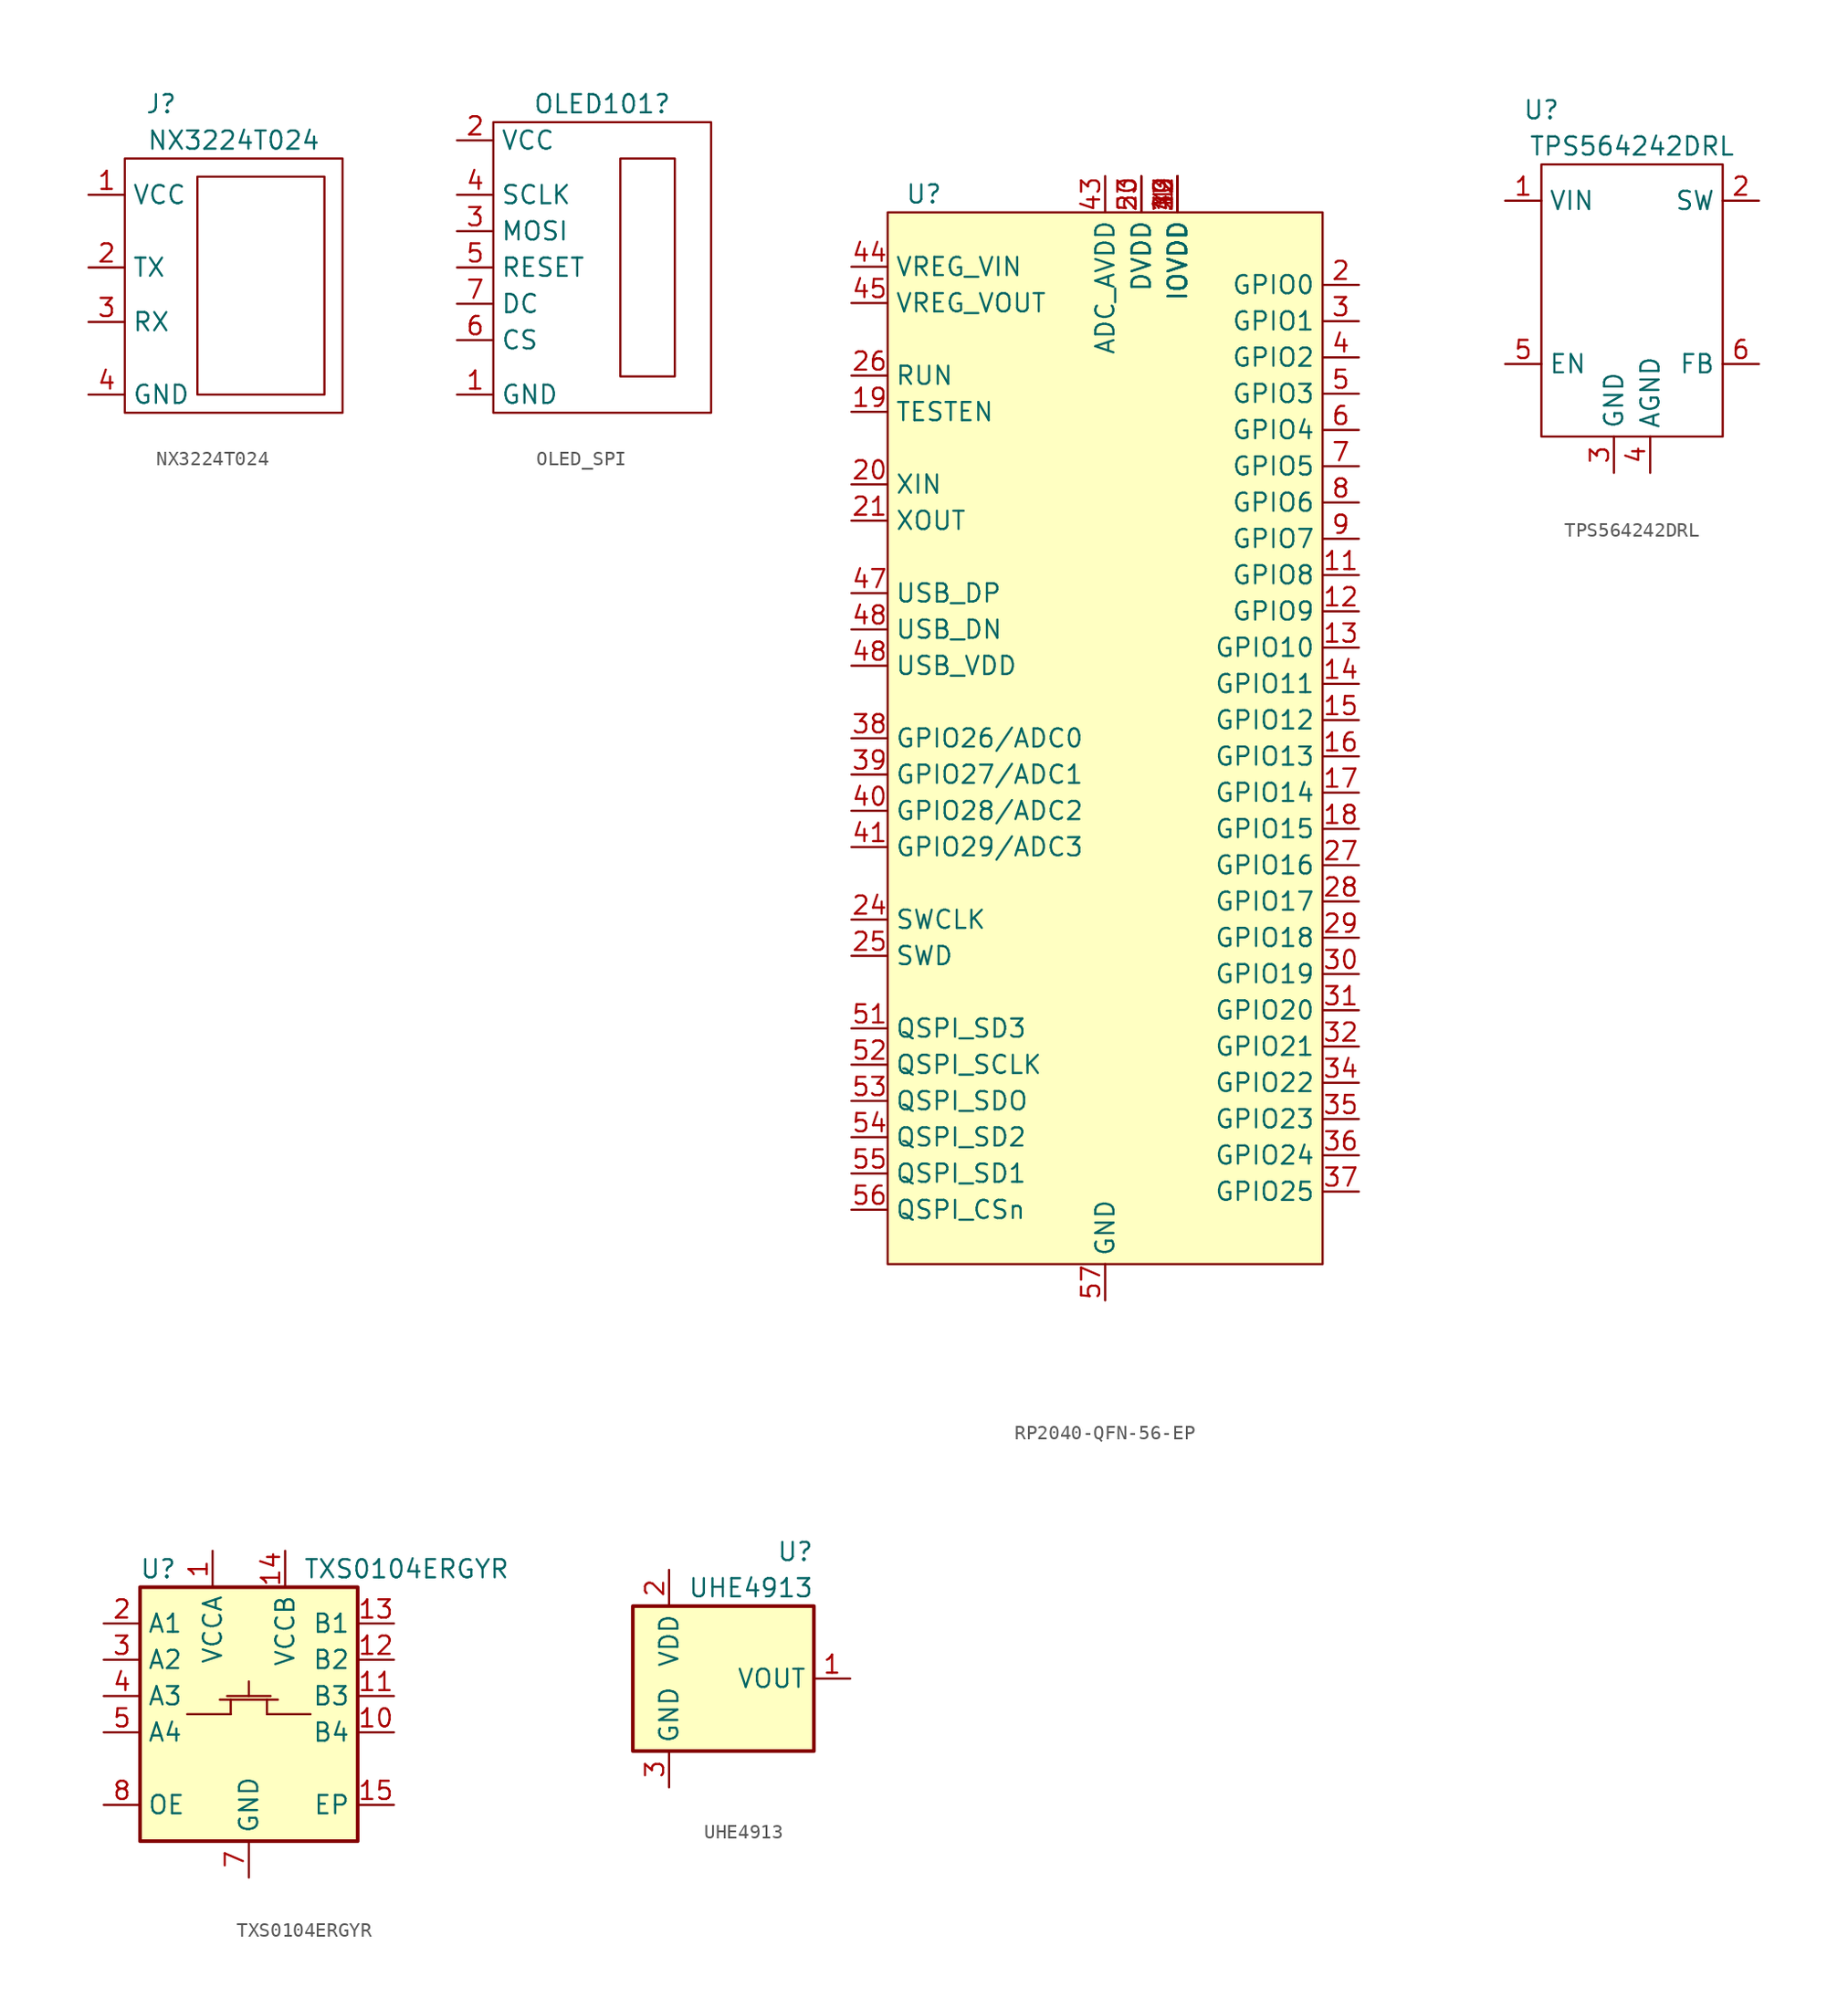
<source format=kicad_sym>
(kicad_symbol_lib
  (version 20220914)
  (generator kicad_symbol_editor)
  (symbol "NX3224T024"
    (property "Reference" "J"
      (at -5.08 12.7 0)
      (effects (font (size 1.27 1.27))))
    (property "Value" "NX3224T024"
      (at 0 10.16 0)
      (effects (font (size 1.27 1.27))))
    (symbol "NX3224T024_0_1"
      (rectangle (start -7.62 8.89) (end 7.62 -8.89) (stroke (width 0) (type default)) (fill (type none)))
      (rectangle (start -2.54 7.62) (end 6.35 -7.62) (stroke (width 0) (type default)) (fill (type none))))
    (symbol "NX3224T024_1_1"
      (pin power_in line (at -10.16 6.35 0) (length 2.54) (name "VCC" (effects (font (size 1.27 1.27)))) (number "1" (effects (font (size 1.27 1.27)))))
      (pin output line (at -10.16 1.27 0) (length 2.54) (name "TX" (effects (font (size 1.27 1.27)))) (number "2" (effects (font (size 1.27 1.27)))))
      (pin input line (at -10.16 -2.54 0) (length 2.54) (name "RX" (effects (font (size 1.27 1.27)))) (number "3" (effects (font (size 1.27 1.27)))))
      (pin power_in line (at -10.16 -7.62 0) (length 2.54) (name "GND" (effects (font (size 1.27 1.27)))) (number "4" (effects (font (size 1.27 1.27)))))))
  (symbol "OLED_SPI"
    (property "Reference" "OLED101"
      (at 0 11.43 0)
      (effects (font (size 1.27 1.27))))
    (symbol "OLED_SPI_0_1"
      (rectangle (start -7.62 10.16) (end 7.62 -10.16) (stroke (width 0) (type default)) (fill (type none)))
      (rectangle (start 1.27 7.62) (end 5.08 -7.62) (stroke (width 0) (type default)) (fill (type none))))
    (symbol "OLED_SPI_1_0"
      (pin input line (at -10.16 -5.08 0) (length 2.54) (name "CS" (effects (font (size 1.27 1.27)))) (number "6" (effects (font (size 1.27 1.27)))))
      (pin input line (at -10.16 -2.54 0) (length 2.54) (name "DC" (effects (font (size 1.27 1.27)))) (number "7" (effects (font (size 1.27 1.27))))))
    (symbol "OLED_SPI_1_1"
      (pin power_in line (at -10.16 -8.89 0) (length 2.54) (name "GND" (effects (font (size 1.27 1.27)))) (number "1" (effects (font (size 1.27 1.27)))))
      (pin power_in line (at -10.16 8.89 0) (length 2.54) (name "VCC" (effects (font (size 1.27 1.27)))) (number "2" (effects (font (size 1.27 1.27)))))
      (pin input line (at -10.16 2.54 0) (length 2.54) (name "MOSI" (effects (font (size 1.27 1.27)))) (number "3" (effects (font (size 1.27 1.27)))))
      (pin input line (at -10.16 5.08 0) (length 2.54) (name "SCLK" (effects (font (size 1.27 1.27)))) (number "4" (effects (font (size 1.27 1.27)))))
      (pin input line (at -10.16 0 0) (length 2.54) (name "RESET" (effects (font (size 1.27 1.27)))) (number "5" (effects (font (size 1.27 1.27)))))))
  (symbol "RP2040-QFN-56-EP"
    (property "Reference" "U"
      (at -12.7 38.1 0)
      (effects (font (size 1.27 1.27))))
    (property "Value" ""
      (at -3.81 13.97 0)
      (effects (font (size 1.27 1.27))))
    (symbol "RP2040-QFN-56-EP_1_0"
      (pin power_in line (at 5.08 39.37 270) (length 2.54) (name "IOVDD" (effects (font (size 1.27 1.27)))) (number "22" (effects (font (size 1.27 1.27)))))
      (pin power_in line (at 2.54 39.37 270) (length 2.54) (name "DVDD" (effects (font (size 1.27 1.27)))) (number "23" (effects (font (size 1.27 1.27)))))
      (pin power_in line (at 5.08 39.37 270) (length 2.54) (name "IOVDD" (effects (font (size 1.27 1.27)))) (number "33" (effects (font (size 1.27 1.27)))))
      (pin power_in line (at 5.08 39.37 270) (length 2.54) (name "IOVDD" (effects (font (size 1.27 1.27)))) (number "42" (effects (font (size 1.27 1.27)))))
      (pin power_in line (at 0 39.37 270) (length 2.54) (name "ADC_AVDD" (effects (font (size 1.27 1.27)))) (number "43" (effects (font (size 1.27 1.27)))))
      (pin power_in line (at -17.78 33.02 0) (length 2.54) (name "VREG_VIN" (effects (font (size 1.27 1.27)))) (number "44" (effects (font (size 1.27 1.27)))))
      (pin power_out line (at -17.78 30.48 0) (length 2.54) (name "VREG_VOUT" (effects (font (size 1.27 1.27)))) (number "45" (effects (font (size 1.27 1.27)))))
      (pin power_in line (at -17.78 5.08 0) (length 2.54) (name "USB_VDD" (effects (font (size 1.27 1.27)))) (number "48" (effects (font (size 1.27 1.27)))))
      (pin power_in line (at 5.08 39.37 270) (length 2.54) (name "IOVDD" (effects (font (size 1.27 1.27)))) (number "49" (effects (font (size 1.27 1.27)))))
      (pin power_in line (at 2.54 39.37 270) (length 2.54) (name "DVDD" (effects (font (size 1.27 1.27)))) (number "50" (effects (font (size 1.27 1.27)))))
      (pin power_in line (at 0 -39.37 90) (length 2.54) (name "GND" (effects (font (size 1.27 1.27)))) (number "57" (effects (font (size 1.27 1.27))))))
    (symbol "RP2040-QFN-56-EP_1_1"
      (rectangle (start -15.24 36.83) (end 15.24 -36.83) (stroke (width 0) (type default)) (fill (type background)))
      (pin power_in line (at 5.08 39.37 270) (length 2.54) (name "IOVDD" (effects (font (size 1.27 1.27)))) (number "1" (effects (font (size 1.27 1.27)))))
      (pin power_in line (at 5.08 39.37 270) (length 2.54) (name "IOVDD" (effects (font (size 1.27 1.27)))) (number "10" (effects (font (size 1.27 1.27)))))
      (pin bidirectional line (at 17.78 11.43 180) (length 2.54) (name "GPIO8" (effects (font (size 1.27 1.27)))) (number "11" (effects (font (size 1.27 1.27)))))
      (pin bidirectional line (at 17.78 8.89 180) (length 2.54) (name "GPIO9" (effects (font (size 1.27 1.27)))) (number "12" (effects (font (size 1.27 1.27)))))
      (pin bidirectional line (at 17.78 6.35 180) (length 2.54) (name "GPIO10" (effects (font (size 1.27 1.27)))) (number "13" (effects (font (size 1.27 1.27)))))
      (pin bidirectional line (at 17.78 3.81 180) (length 2.54) (name "GPIO11" (effects (font (size 1.27 1.27)))) (number "14" (effects (font (size 1.27 1.27)))))
      (pin bidirectional line (at 17.78 1.27 180) (length 2.54) (name "GPIO12" (effects (font (size 1.27 1.27)))) (number "15" (effects (font (size 1.27 1.27)))))
      (pin bidirectional line (at 17.78 -1.27 180) (length 2.54) (name "GPIO13" (effects (font (size 1.27 1.27)))) (number "16" (effects (font (size 1.27 1.27)))))
      (pin bidirectional line (at 17.78 -3.81 180) (length 2.54) (name "GPIO14" (effects (font (size 1.27 1.27)))) (number "17" (effects (font (size 1.27 1.27)))))
      (pin bidirectional line (at 17.78 -6.35 180) (length 2.54) (name "GPIO15" (effects (font (size 1.27 1.27)))) (number "18" (effects (font (size 1.27 1.27)))))
      (pin input line (at -17.78 22.86 0) (length 2.54) (name "TESTEN" (effects (font (size 1.27 1.27)))) (number "19" (effects (font (size 1.27 1.27)))))
      (pin bidirectional line (at 17.78 31.75 180) (length 2.54) (name "GPIO0" (effects (font (size 1.27 1.27)))) (number "2" (effects (font (size 1.27 1.27)))))
      (pin passive line (at -17.78 17.78 0) (length 2.54) (name "XIN" (effects (font (size 1.27 1.27)))) (number "20" (effects (font (size 1.27 1.27)))))
      (pin passive line (at -17.78 15.24 0) (length 2.54) (name "XOUT" (effects (font (size 1.27 1.27)))) (number "21" (effects (font (size 1.27 1.27)))))
      (pin input line (at -17.78 -12.7 0) (length 2.54) (name "SWCLK" (effects (font (size 1.27 1.27)))) (number "24" (effects (font (size 1.27 1.27)))))
      (pin bidirectional line (at -17.78 -15.24 0) (length 2.54) (name "SWD" (effects (font (size 1.27 1.27)))) (number "25" (effects (font (size 1.27 1.27)))))
      (pin input line (at -17.78 25.4 0) (length 2.54) (name "RUN" (effects (font (size 1.27 1.27)))) (number "26" (effects (font (size 1.27 1.27)))))
      (pin bidirectional line (at 17.78 -8.89 180) (length 2.54) (name "GPIO16" (effects (font (size 1.27 1.27)))) (number "27" (effects (font (size 1.27 1.27)))))
      (pin bidirectional line (at 17.78 -11.43 180) (length 2.54) (name "GPIO17" (effects (font (size 1.27 1.27)))) (number "28" (effects (font (size 1.27 1.27)))))
      (pin bidirectional line (at 17.78 -13.97 180) (length 2.54) (name "GPIO18" (effects (font (size 1.27 1.27)))) (number "29" (effects (font (size 1.27 1.27)))))
      (pin bidirectional line (at 17.78 29.21 180) (length 2.54) (name "GPIO1" (effects (font (size 1.27 1.27)))) (number "3" (effects (font (size 1.27 1.27)))))
      (pin bidirectional line (at 17.78 -16.51 180) (length 2.54) (name "GPIO19" (effects (font (size 1.27 1.27)))) (number "30" (effects (font (size 1.27 1.27)))))
      (pin bidirectional line (at 17.78 -19.05 180) (length 2.54) (name "GPIO20" (effects (font (size 1.27 1.27)))) (number "31" (effects (font (size 1.27 1.27)))))
      (pin bidirectional line (at 17.78 -21.59 180) (length 2.54) (name "GPIO21" (effects (font (size 1.27 1.27)))) (number "32" (effects (font (size 1.27 1.27)))))
      (pin bidirectional line (at 17.78 -24.13 180) (length 2.54) (name "GPIO22" (effects (font (size 1.27 1.27)))) (number "34" (effects (font (size 1.27 1.27)))))
      (pin bidirectional line (at 17.78 -26.67 180) (length 2.54) (name "GPIO23" (effects (font (size 1.27 1.27)))) (number "35" (effects (font (size 1.27 1.27)))))
      (pin bidirectional line (at 17.78 -29.21 180) (length 2.54) (name "GPIO24" (effects (font (size 1.27 1.27)))) (number "36" (effects (font (size 1.27 1.27)))))
      (pin bidirectional line (at 17.78 -31.75 180) (length 2.54) (name "GPIO25" (effects (font (size 1.27 1.27)))) (number "37" (effects (font (size 1.27 1.27)))))
      (pin bidirectional line (at -17.78 0 0) (length 2.54) (name "GPIO26/ADC0" (effects (font (size 1.27 1.27)))) (number "38" (effects (font (size 1.27 1.27)))))
      (pin bidirectional line (at -17.78 -2.54 0) (length 2.54) (name "GPIO27/ADC1" (effects (font (size 1.27 1.27)))) (number "39" (effects (font (size 1.27 1.27)))))
      (pin bidirectional line (at 17.78 26.67 180) (length 2.54) (name "GPIO2" (effects (font (size 1.27 1.27)))) (number "4" (effects (font (size 1.27 1.27)))))
      (pin bidirectional line (at -17.78 -5.08 0) (length 2.54) (name "GPIO28/ADC2" (effects (font (size 1.27 1.27)))) (number "40" (effects (font (size 1.27 1.27)))))
      (pin bidirectional line (at -17.78 -7.62 0) (length 2.54) (name "GPIO29/ADC3" (effects (font (size 1.27 1.27)))) (number "41" (effects (font (size 1.27 1.27)))))
      (pin bidirectional line (at -17.78 10.16 0) (length 2.54) (name "USB_DP" (effects (font (size 1.27 1.27)))) (number "47" (effects (font (size 1.27 1.27)))))
      (pin bidirectional line (at -17.78 7.62 0) (length 2.54) (name "USB_DN" (effects (font (size 1.27 1.27)))) (number "48" (effects (font (size 1.27 1.27)))))
      (pin bidirectional line (at 17.78 24.13 180) (length 2.54) (name "GPIO3" (effects (font (size 1.27 1.27)))) (number "5" (effects (font (size 1.27 1.27)))))
      (pin bidirectional line (at -17.78 -20.32 0) (length 2.54) (name "QSPI_SD3" (effects (font (size 1.27 1.27)))) (number "51" (effects (font (size 1.27 1.27)))))
      (pin bidirectional line (at -17.78 -22.86 0) (length 2.54) (name "QSPI_SCLK" (effects (font (size 1.27 1.27)))) (number "52" (effects (font (size 1.27 1.27)))))
      (pin bidirectional line (at -17.78 -25.4 0) (length 2.54) (name "QSPI_SDO" (effects (font (size 1.27 1.27)))) (number "53" (effects (font (size 1.27 1.27)))))
      (pin bidirectional line (at -17.78 -27.94 0) (length 2.54) (name "QSPI_SD2" (effects (font (size 1.27 1.27)))) (number "54" (effects (font (size 1.27 1.27)))))
      (pin bidirectional line (at -17.78 -30.48 0) (length 2.54) (name "QSPI_SD1" (effects (font (size 1.27 1.27)))) (number "55" (effects (font (size 1.27 1.27)))))
      (pin bidirectional line (at -17.78 -33.02 0) (length 2.54) (name "QSPI_CSn" (effects (font (size 1.27 1.27)))) (number "56" (effects (font (size 1.27 1.27)))))
      (pin bidirectional line (at 17.78 21.59 180) (length 2.54) (name "GPIO4" (effects (font (size 1.27 1.27)))) (number "6" (effects (font (size 1.27 1.27)))))
      (pin bidirectional line (at 17.78 19.05 180) (length 2.54) (name "GPIO5" (effects (font (size 1.27 1.27)))) (number "7" (effects (font (size 1.27 1.27)))))
      (pin bidirectional line (at 17.78 16.51 180) (length 2.54) (name "GPIO6" (effects (font (size 1.27 1.27)))) (number "8" (effects (font (size 1.27 1.27)))))
      (pin bidirectional line (at 17.78 13.97 180) (length 2.54) (name "GPIO7" (effects (font (size 1.27 1.27)))) (number "9" (effects (font (size 1.27 1.27)))))))
  (symbol "TPS564242DRL"
    (property "Reference" "U"
      (at -6.35 12.7 0)
      (effects (font (size 1.27 1.27))))
    (property "Value" "TPS564242DRL"
      (at 0 10.16 0)
      (effects (font (size 1.27 1.27))))
    (symbol "TPS564242DRL_0_1"
      (rectangle (start -6.35 8.89) (end 6.35 -10.16) (stroke (width 0) (type default)) (fill (type none))))
    (symbol "TPS564242DRL_1_1"
      (pin power_in line (at -8.89 6.35 0) (length 2.54) (name "VIN" (effects (font (size 1.27 1.27)))) (number "1" (effects (font (size 1.27 1.27)))))
      (pin power_out line (at 8.89 6.35 180) (length 2.54) (name "SW" (effects (font (size 1.27 1.27)))) (number "2" (effects (font (size 1.27 1.27)))))
      (pin power_in line (at -1.27 -12.7 90) (length 2.54) (name "GND" (effects (font (size 1.27 1.27)))) (number "3" (effects (font (size 1.27 1.27)))))
      (pin power_in line (at 1.27 -12.7 90) (length 2.54) (name "AGND" (effects (font (size 1.27 1.27)))) (number "4" (effects (font (size 1.27 1.27)))))
      (pin input line (at -8.89 -5.08 0) (length 2.54) (name "EN" (effects (font (size 1.27 1.27)))) (number "5" (effects (font (size 1.27 1.27)))))
      (pin input line (at 8.89 -5.08 180) (length 2.54) (name "FB" (effects (font (size 1.27 1.27)))) (number "6" (effects (font (size 1.27 1.27)))))))
  (symbol "TXS0104ERGYR"
    (property "Reference" "U"
      (at -6.35 10.16 0)
      (effects (font (size 1.27 1.27))))
    (property "Value" "TXS0104ERGYR"
      (at 3.81 10.16 0)
      (effects (font (size 1.27 1.27)) (justify left)))
    (symbol "TXS0104ERGYR_0_1"
      (rectangle (start -7.62 8.89) (end 7.62 -8.89) (stroke (width 0.254) (type default)) (fill (type background)))
      (polyline (pts (xy -4.318 0) (xy -1.27 0)) (stroke (width 0) (type default)) (fill (type none)))
      (polyline (pts (xy -2.032 1.016) (xy 2.032 1.016)) (stroke (width 0) (type default)) (fill (type none)))
      (polyline (pts (xy -1.524 1.27) (xy 1.524 1.27)) (stroke (width 0) (type default)) (fill (type none)))
      (polyline (pts (xy -1.27 0) (xy -1.27 1.016)) (stroke (width 0) (type default)) (fill (type none)))
      (polyline (pts (xy 0 1.27) (xy 0 2.286)) (stroke (width 0) (type default)) (fill (type none)))
      (polyline (pts (xy 1.27 0) (xy 1.27 1.016)) (stroke (width 0) (type default)) (fill (type none)))
      (polyline (pts (xy 4.318 0) (xy 1.27 0)) (stroke (width 0) (type default)) (fill (type none))))
    (symbol "TXS0104ERGYR_1_1"
      (pin power_in line (at -2.54 11.43 270) (length 2.54) (name "VCCA" (effects (font (size 1.27 1.27)))) (number "1" (effects (font (size 1.27 1.27)))))
      (pin bidirectional line (at 10.16 -1.27 180) (length 2.54) (name "B4" (effects (font (size 1.27 1.27)))) (number "10" (effects (font (size 1.27 1.27)))))
      (pin bidirectional line (at 10.16 1.27 180) (length 2.54) (name "B3" (effects (font (size 1.27 1.27)))) (number "11" (effects (font (size 1.27 1.27)))))
      (pin bidirectional line (at 10.16 3.81 180) (length 2.54) (name "B2" (effects (font (size 1.27 1.27)))) (number "12" (effects (font (size 1.27 1.27)))))
      (pin bidirectional line (at 10.16 6.35 180) (length 2.54) (name "B1" (effects (font (size 1.27 1.27)))) (number "13" (effects (font (size 1.27 1.27)))))
      (pin power_in line (at 2.54 11.43 270) (length 2.54) (name "VCCB" (effects (font (size 1.27 1.27)))) (number "14" (effects (font (size 1.27 1.27)))))
      (pin input line (at 10.16 -6.35 180) (length 2.54) (name "EP" (effects (font (size 1.27 1.27)))) (number "15" (effects (font (size 1.27 1.27)))))
      (pin bidirectional line (at -10.16 6.35 0) (length 2.54) (name "A1" (effects (font (size 1.27 1.27)))) (number "2" (effects (font (size 1.27 1.27)))))
      (pin bidirectional line (at -10.16 3.81 0) (length 2.54) (name "A2" (effects (font (size 1.27 1.27)))) (number "3" (effects (font (size 1.27 1.27)))))
      (pin bidirectional line (at -10.16 1.27 0) (length 2.54) (name "A3" (effects (font (size 1.27 1.27)))) (number "4" (effects (font (size 1.27 1.27)))))
      (pin bidirectional line (at -10.16 -1.27 0) (length 2.54) (name "A4" (effects (font (size 1.27 1.27)))) (number "5" (effects (font (size 1.27 1.27)))))
      (pin no_connect line (at -10.16 -3.81 0) (length 2.54) hide (name "NC" (effects (font (size 1.27 1.27)))) (number "6" (effects (font (size 1.27 1.27)))))
      (pin power_in line (at 0 -11.43 90) (length 2.54) (name "GND" (effects (font (size 1.27 1.27)))) (number "7" (effects (font (size 1.27 1.27)))))
      (pin input line (at -10.16 -6.35 0) (length 2.54) (name "OE" (effects (font (size 1.27 1.27)))) (number "8" (effects (font (size 1.27 1.27)))))
      (pin no_connect line (at 10.16 -3.81 180) (length 2.54) hide (name "NC" (effects (font (size 1.27 1.27)))) (number "9" (effects (font (size 1.27 1.27)))))))
  (symbol "UHE4913"
    (property "Reference" "U"
      (at 6.35 8.89 0)
      (effects (font (size 1.27 1.27)) (justify right)))
    (property "Value" "UHE4913"
      (at 6.35 6.35 0)
      (effects (font (size 1.27 1.27)) (justify right)))
    (symbol "UHE4913_0_1"
      (rectangle (start -6.35 5.08) (end 6.35 -5.08) (stroke (width 0.254) (type default)) (fill (type background))))
    (symbol "UHE4913_1_1"
      (pin output line (at 8.89 0 180) (length 2.54) (name "VOUT" (effects (font (size 1.27 1.27)))) (number "1" (effects (font (size 1.27 1.27)))))
      (pin power_in line (at -3.81 7.62 270) (length 2.54) (name "VDD" (effects (font (size 1.27 1.27)))) (number "2" (effects (font (size 1.27 1.27)))))
      (pin power_in line (at -3.81 -7.62 90) (length 2.54) (name "GND" (effects (font (size 1.27 1.27)))) (number "3" (effects (font (size 1.27 1.27))))))))
</source>
